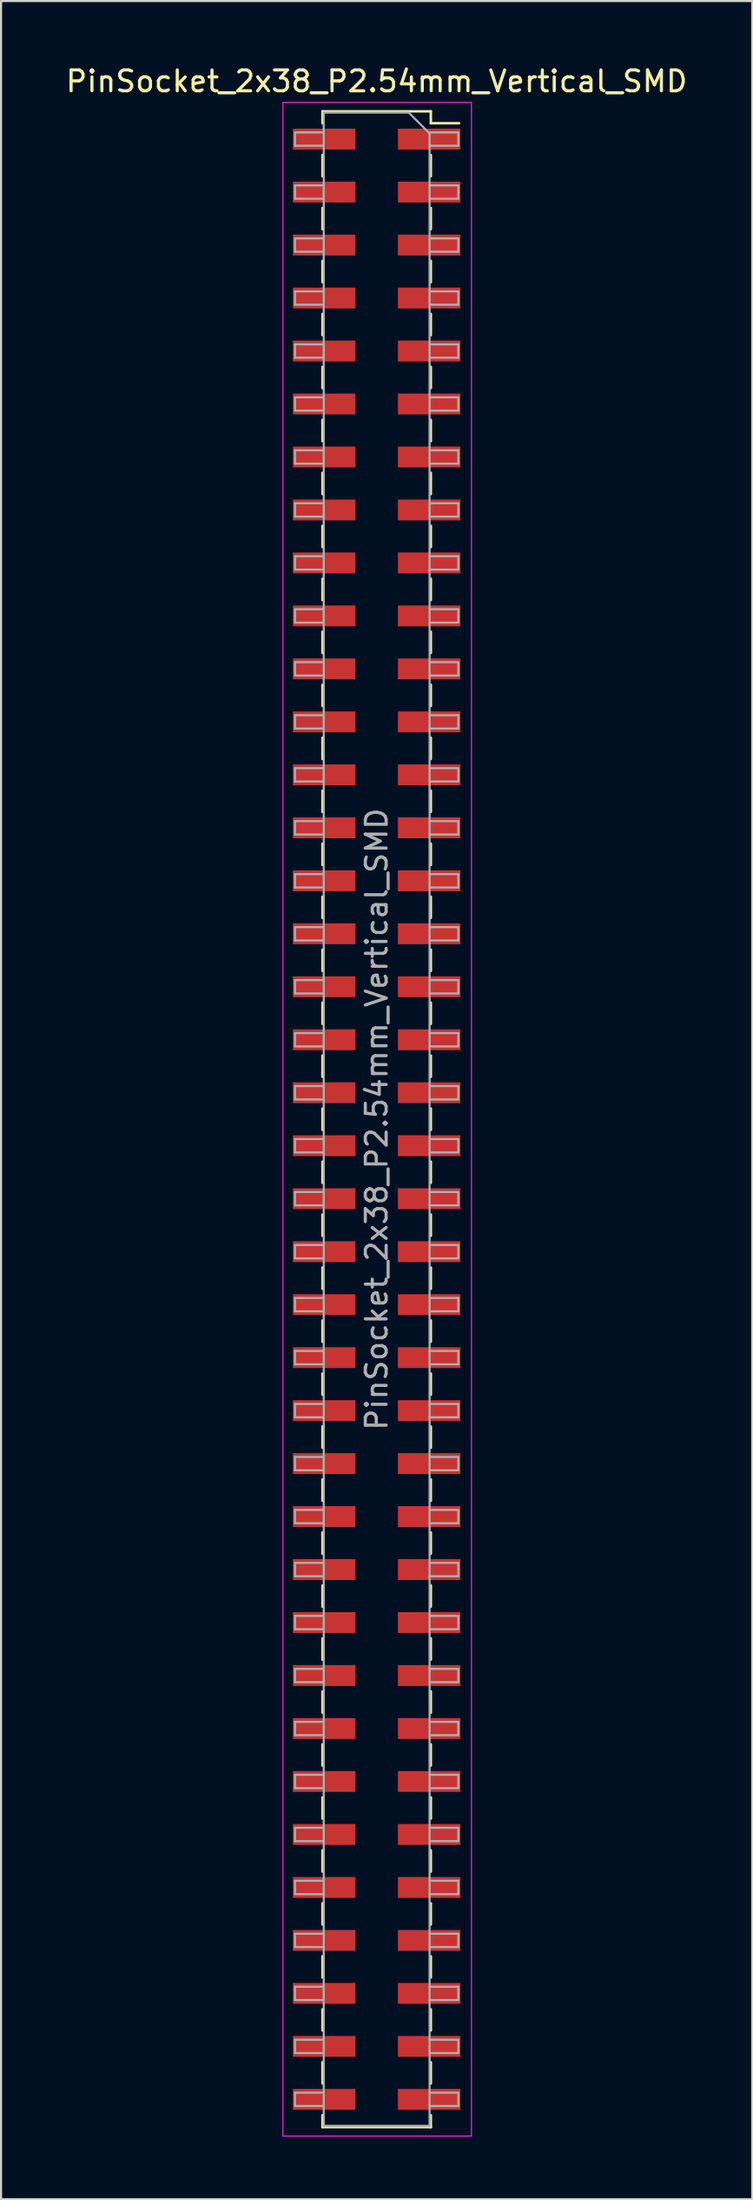
<source format=kicad_pcb>
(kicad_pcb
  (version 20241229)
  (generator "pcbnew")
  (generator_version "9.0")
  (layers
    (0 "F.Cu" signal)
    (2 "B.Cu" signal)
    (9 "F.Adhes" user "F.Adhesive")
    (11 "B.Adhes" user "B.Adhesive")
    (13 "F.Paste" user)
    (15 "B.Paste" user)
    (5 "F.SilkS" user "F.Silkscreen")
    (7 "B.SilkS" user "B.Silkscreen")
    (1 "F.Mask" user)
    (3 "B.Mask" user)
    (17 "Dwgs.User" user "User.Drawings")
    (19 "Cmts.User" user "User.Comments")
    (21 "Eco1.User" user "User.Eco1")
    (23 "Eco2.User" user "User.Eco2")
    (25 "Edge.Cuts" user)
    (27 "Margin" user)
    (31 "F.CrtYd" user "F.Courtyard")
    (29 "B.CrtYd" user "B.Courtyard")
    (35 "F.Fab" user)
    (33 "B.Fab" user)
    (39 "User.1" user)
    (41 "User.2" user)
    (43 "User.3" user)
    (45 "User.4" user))
  (footprint "PinSocket_2x38_P2.54mm_Vertical_SMD"
    (layer "F.Cu")
    (at 15.03 50.608)
    (property "Reference" "PinSocket_2x38_P2.54mm_Vertical_SMD" (at 0 -49.76 0) (layer "F.SilkS") (effects (font (size 1 1) (thickness 0.15))))
    (attr smd)
    (fp_line (start -2.6 -48.32) (end -2.6 -47.75) (stroke (width 0.12) (type solid)) (layer "F.SilkS"))
    (fp_line (start -2.6 -48.32) (end 2.6 -48.32) (stroke (width 0.12) (type solid)) (layer "F.SilkS"))
    (fp_line (start -2.6 -46.23) (end -2.6 -45.21) (stroke (width 0.12) (type solid)) (layer "F.SilkS"))
    (fp_line (start -2.6 -43.69) (end -2.6 -42.67) (stroke (width 0.12) (type solid)) (layer "F.SilkS"))
    (fp_line (start -2.6 -41.15) (end -2.6 -40.13) (stroke (width 0.12) (type solid)) (layer "F.SilkS"))
    (fp_line (start -2.6 -38.61) (end -2.6 -37.59) (stroke (width 0.12) (type solid)) (layer "F.SilkS"))
    (fp_line (start -2.6 -36.07) (end -2.6 -35.05) (stroke (width 0.12) (type solid)) (layer "F.SilkS"))
    (fp_line (start -2.6 -33.53) (end -2.6 -32.51) (stroke (width 0.12) (type solid)) (layer "F.SilkS"))
    (fp_line (start -2.6 -30.99) (end -2.6 -29.97) (stroke (width 0.12) (type solid)) (layer "F.SilkS"))
    (fp_line (start -2.6 -28.45) (end -2.6 -27.43) (stroke (width 0.12) (type solid)) (layer "F.SilkS"))
    (fp_line (start -2.6 -25.91) (end -2.6 -24.89) (stroke (width 0.12) (type solid)) (layer "F.SilkS"))
    (fp_line (start -2.6 -23.37) (end -2.6 -22.35) (stroke (width 0.12) (type solid)) (layer "F.SilkS"))
    (fp_line (start -2.6 -20.83) (end -2.6 -19.81) (stroke (width 0.12) (type solid)) (layer "F.SilkS"))
    (fp_line (start -2.6 -18.29) (end -2.6 -17.27) (stroke (width 0.12) (type solid)) (layer "F.SilkS"))
    (fp_line (start -2.6 -15.75) (end -2.6 -14.73) (stroke (width 0.12) (type solid)) (layer "F.SilkS"))
    (fp_line (start -2.6 -13.21) (end -2.6 -12.19) (stroke (width 0.12) (type solid)) (layer "F.SilkS"))
    (fp_line (start -2.6 -10.67) (end -2.6 -9.65) (stroke (width 0.12) (type solid)) (layer "F.SilkS"))
    (fp_line (start -2.6 -8.13) (end -2.6 -7.11) (stroke (width 0.12) (type solid)) (layer "F.SilkS"))
    (fp_line (start -2.6 -5.59) (end -2.6 -4.57) (stroke (width 0.12) (type solid)) (layer "F.SilkS"))
    (fp_line (start -2.6 -3.05) (end -2.6 -2.03) (stroke (width 0.12) (type solid)) (layer "F.SilkS"))
    (fp_line (start -2.6 -0.51) (end -2.6 0.51) (stroke (width 0.12) (type solid)) (layer "F.SilkS"))
    (fp_line (start -2.6 2.03) (end -2.6 3.05) (stroke (width 0.12) (type solid)) (layer "F.SilkS"))
    (fp_line (start -2.6 4.57) (end -2.6 5.59) (stroke (width 0.12) (type solid)) (layer "F.SilkS"))
    (fp_line (start -2.6 7.11) (end -2.6 8.13) (stroke (width 0.12) (type solid)) (layer "F.SilkS"))
    (fp_line (start -2.6 9.65) (end -2.6 10.67) (stroke (width 0.12) (type solid)) (layer "F.SilkS"))
    (fp_line (start -2.6 12.19) (end -2.6 13.21) (stroke (width 0.12) (type solid)) (layer "F.SilkS"))
    (fp_line (start -2.6 14.73) (end -2.6 15.75) (stroke (width 0.12) (type solid)) (layer "F.SilkS"))
    (fp_line (start -2.6 17.27) (end -2.6 18.29) (stroke (width 0.12) (type solid)) (layer "F.SilkS"))
    (fp_line (start -2.6 19.81) (end -2.6 20.83) (stroke (width 0.12) (type solid)) (layer "F.SilkS"))
    (fp_line (start -2.6 22.35) (end -2.6 23.37) (stroke (width 0.12) (type solid)) (layer "F.SilkS"))
    (fp_line (start -2.6 24.89) (end -2.6 25.91) (stroke (width 0.12) (type solid)) (layer "F.SilkS"))
    (fp_line (start -2.6 27.43) (end -2.6 28.45) (stroke (width 0.12) (type solid)) (layer "F.SilkS"))
    (fp_line (start -2.6 29.97) (end -2.6 30.99) (stroke (width 0.12) (type solid)) (layer "F.SilkS"))
    (fp_line (start -2.6 32.51) (end -2.6 33.53) (stroke (width 0.12) (type solid)) (layer "F.SilkS"))
    (fp_line (start -2.6 35.05) (end -2.6 36.07) (stroke (width 0.12) (type solid)) (layer "F.SilkS"))
    (fp_line (start -2.6 37.59) (end -2.6 38.61) (stroke (width 0.12) (type solid)) (layer "F.SilkS"))
    (fp_line (start -2.6 40.13) (end -2.6 41.15) (stroke (width 0.12) (type solid)) (layer "F.SilkS"))
    (fp_line (start -2.6 42.67) (end -2.6 43.69) (stroke (width 0.12) (type solid)) (layer "F.SilkS"))
    (fp_line (start -2.6 45.21) (end -2.6 46.23) (stroke (width 0.12) (type solid)) (layer "F.SilkS"))
    (fp_line (start -2.6 47.75) (end -2.6 48.32) (stroke (width 0.12) (type solid)) (layer "F.SilkS"))
    (fp_line (start -2.6 48.32) (end 2.6 48.32) (stroke (width 0.12) (type solid)) (layer "F.SilkS"))
    (fp_line (start 2.6 -48.32) (end 2.6 -47.75) (stroke (width 0.12) (type solid)) (layer "F.SilkS"))
    (fp_line (start 2.6 -47.75) (end 3.96 -47.75) (stroke (width 0.12) (type solid)) (layer "F.SilkS"))
    (fp_line (start 2.6 -46.23) (end 2.6 -45.21) (stroke (width 0.12) (type solid)) (layer "F.SilkS"))
    (fp_line (start 2.6 -43.69) (end 2.6 -42.67) (stroke (width 0.12) (type solid)) (layer "F.SilkS"))
    (fp_line (start 2.6 -41.15) (end 2.6 -40.13) (stroke (width 0.12) (type solid)) (layer "F.SilkS"))
    (fp_line (start 2.6 -38.61) (end 2.6 -37.59) (stroke (width 0.12) (type solid)) (layer "F.SilkS"))
    (fp_line (start 2.6 -36.07) (end 2.6 -35.05) (stroke (width 0.12) (type solid)) (layer "F.SilkS"))
    (fp_line (start 2.6 -33.53) (end 2.6 -32.51) (stroke (width 0.12) (type solid)) (layer "F.SilkS"))
    (fp_line (start 2.6 -30.99) (end 2.6 -29.97) (stroke (width 0.12) (type solid)) (layer "F.SilkS"))
    (fp_line (start 2.6 -28.45) (end 2.6 -27.43) (stroke (width 0.12) (type solid)) (layer "F.SilkS"))
    (fp_line (start 2.6 -25.91) (end 2.6 -24.89) (stroke (width 0.12) (type solid)) (layer "F.SilkS"))
    (fp_line (start 2.6 -23.37) (end 2.6 -22.35) (stroke (width 0.12) (type solid)) (layer "F.SilkS"))
    (fp_line (start 2.6 -20.83) (end 2.6 -19.81) (stroke (width 0.12) (type solid)) (layer "F.SilkS"))
    (fp_line (start 2.6 -18.29) (end 2.6 -17.27) (stroke (width 0.12) (type solid)) (layer "F.SilkS"))
    (fp_line (start 2.6 -15.75) (end 2.6 -14.73) (stroke (width 0.12) (type solid)) (layer "F.SilkS"))
    (fp_line (start 2.6 -13.21) (end 2.6 -12.19) (stroke (width 0.12) (type solid)) (layer "F.SilkS"))
    (fp_line (start 2.6 -10.67) (end 2.6 -9.65) (stroke (width 0.12) (type solid)) (layer "F.SilkS"))
    (fp_line (start 2.6 -8.13) (end 2.6 -7.11) (stroke (width 0.12) (type solid)) (layer "F.SilkS"))
    (fp_line (start 2.6 -5.59) (end 2.6 -4.57) (stroke (width 0.12) (type solid)) (layer "F.SilkS"))
    (fp_line (start 2.6 -3.05) (end 2.6 -2.03) (stroke (width 0.12) (type solid)) (layer "F.SilkS"))
    (fp_line (start 2.6 -0.51) (end 2.6 0.51) (stroke (width 0.12) (type solid)) (layer "F.SilkS"))
    (fp_line (start 2.6 2.03) (end 2.6 3.05) (stroke (width 0.12) (type solid)) (layer "F.SilkS"))
    (fp_line (start 2.6 4.57) (end 2.6 5.59) (stroke (width 0.12) (type solid)) (layer "F.SilkS"))
    (fp_line (start 2.6 7.11) (end 2.6 8.13) (stroke (width 0.12) (type solid)) (layer "F.SilkS"))
    (fp_line (start 2.6 9.65) (end 2.6 10.67) (stroke (width 0.12) (type solid)) (layer "F.SilkS"))
    (fp_line (start 2.6 12.19) (end 2.6 13.21) (stroke (width 0.12) (type solid)) (layer "F.SilkS"))
    (fp_line (start 2.6 14.73) (end 2.6 15.75) (stroke (width 0.12) (type solid)) (layer "F.SilkS"))
    (fp_line (start 2.6 17.27) (end 2.6 18.29) (stroke (width 0.12) (type solid)) (layer "F.SilkS"))
    (fp_line (start 2.6 19.81) (end 2.6 20.83) (stroke (width 0.12) (type solid)) (layer "F.SilkS"))
    (fp_line (start 2.6 22.35) (end 2.6 23.37) (stroke (width 0.12) (type solid)) (layer "F.SilkS"))
    (fp_line (start 2.6 24.89) (end 2.6 25.91) (stroke (width 0.12) (type solid)) (layer "F.SilkS"))
    (fp_line (start 2.6 27.43) (end 2.6 28.45) (stroke (width 0.12) (type solid)) (layer "F.SilkS"))
    (fp_line (start 2.6 29.97) (end 2.6 30.99) (stroke (width 0.12) (type solid)) (layer "F.SilkS"))
    (fp_line (start 2.6 32.51) (end 2.6 33.53) (stroke (width 0.12) (type solid)) (layer "F.SilkS"))
    (fp_line (start 2.6 35.05) (end 2.6 36.07) (stroke (width 0.12) (type solid)) (layer "F.SilkS"))
    (fp_line (start 2.6 37.59) (end 2.6 38.61) (stroke (width 0.12) (type solid)) (layer "F.SilkS"))
    (fp_line (start 2.6 40.13) (end 2.6 41.15) (stroke (width 0.12) (type solid)) (layer "F.SilkS"))
    (fp_line (start 2.6 42.67) (end 2.6 43.69) (stroke (width 0.12) (type solid)) (layer "F.SilkS"))
    (fp_line (start 2.6 45.21) (end 2.6 46.23) (stroke (width 0.12) (type solid)) (layer "F.SilkS"))
    (fp_line (start 2.6 47.75) (end 2.6 48.32) (stroke (width 0.12) (type solid)) (layer "F.SilkS"))
    (fp_line (start -4.5 -48.75) (end 4.55 -48.75) (stroke (width 0.05) (type solid)) (layer "F.CrtYd"))
    (fp_line (start -4.5 48.75) (end -4.5 -48.75) (stroke (width 0.05) (type solid)) (layer "F.CrtYd"))
    (fp_line (start 4.55 -48.75) (end 4.55 48.75) (stroke (width 0.05) (type solid)) (layer "F.CrtYd"))
    (fp_line (start 4.55 48.75) (end -4.5 48.75) (stroke (width 0.05) (type solid)) (layer "F.CrtYd"))
    (fp_line (start -3.92 -47.31) (end -2.54 -47.31) (stroke (width 0.1) (type solid)) (layer "F.Fab"))
    (fp_line (start -3.92 -46.67) (end -3.92 -47.31) (stroke (width 0.1) (type solid)) (layer "F.Fab"))
    (fp_line (start -3.92 -44.77) (end -2.54 -44.77) (stroke (width 0.1) (type solid)) (layer "F.Fab"))
    (fp_line (start -3.92 -44.13) (end -3.92 -44.77) (stroke (width 0.1) (type solid)) (layer "F.Fab"))
    (fp_line (start -3.92 -42.23) (end -2.54 -42.23) (stroke (width 0.1) (type solid)) (layer "F.Fab"))
    (fp_line (start -3.92 -41.59) (end -3.92 -42.23) (stroke (width 0.1) (type solid)) (layer "F.Fab"))
    (fp_line (start -3.92 -39.69) (end -2.54 -39.69) (stroke (width 0.1) (type solid)) (layer "F.Fab"))
    (fp_line (start -3.92 -39.05) (end -3.92 -39.69) (stroke (width 0.1) (type solid)) (layer "F.Fab"))
    (fp_line (start -3.92 -37.15) (end -2.54 -37.15) (stroke (width 0.1) (type solid)) (layer "F.Fab"))
    (fp_line (start -3.92 -36.51) (end -3.92 -37.15) (stroke (width 0.1) (type solid)) (layer "F.Fab"))
    (fp_line (start -3.92 -34.61) (end -2.54 -34.61) (stroke (width 0.1) (type solid)) (layer "F.Fab"))
    (fp_line (start -3.92 -33.97) (end -3.92 -34.61) (stroke (width 0.1) (type solid)) (layer "F.Fab"))
    (fp_line (start -3.92 -32.07) (end -2.54 -32.07) (stroke (width 0.1) (type solid)) (layer "F.Fab"))
    (fp_line (start -3.92 -31.43) (end -3.92 -32.07) (stroke (width 0.1) (type solid)) (layer "F.Fab"))
    (fp_line (start -3.92 -29.53) (end -2.54 -29.53) (stroke (width 0.1) (type solid)) (layer "F.Fab"))
    (fp_line (start -3.92 -28.89) (end -3.92 -29.53) (stroke (width 0.1) (type solid)) (layer "F.Fab"))
    (fp_line (start -3.92 -26.99) (end -2.54 -26.99) (stroke (width 0.1) (type solid)) (layer "F.Fab"))
    (fp_line (start -3.92 -26.35) (end -3.92 -26.99) (stroke (width 0.1) (type solid)) (layer "F.Fab"))
    (fp_line (start -3.92 -24.45) (end -2.54 -24.45) (stroke (width 0.1) (type solid)) (layer "F.Fab"))
    (fp_line (start -3.92 -23.81) (end -3.92 -24.45) (stroke (width 0.1) (type solid)) (layer "F.Fab"))
    (fp_line (start -3.92 -21.91) (end -2.54 -21.91) (stroke (width 0.1) (type solid)) (layer "F.Fab"))
    (fp_line (start -3.92 -21.27) (end -3.92 -21.91) (stroke (width 0.1) (type solid)) (layer "F.Fab"))
    (fp_line (start -3.92 -19.37) (end -2.54 -19.37) (stroke (width 0.1) (type solid)) (layer "F.Fab"))
    (fp_line (start -3.92 -18.73) (end -3.92 -19.37) (stroke (width 0.1) (type solid)) (layer "F.Fab"))
    (fp_line (start -3.92 -16.83) (end -2.54 -16.83) (stroke (width 0.1) (type solid)) (layer "F.Fab"))
    (fp_line (start -3.92 -16.19) (end -3.92 -16.83) (stroke (width 0.1) (type solid)) (layer "F.Fab"))
    (fp_line (start -3.92 -14.29) (end -2.54 -14.29) (stroke (width 0.1) (type solid)) (layer "F.Fab"))
    (fp_line (start -3.92 -13.65) (end -3.92 -14.29) (stroke (width 0.1) (type solid)) (layer "F.Fab"))
    (fp_line (start -3.92 -11.75) (end -2.54 -11.75) (stroke (width 0.1) (type solid)) (layer "F.Fab"))
    (fp_line (start -3.92 -11.11) (end -3.92 -11.75) (stroke (width 0.1) (type solid)) (layer "F.Fab"))
    (fp_line (start -3.92 -9.21) (end -2.54 -9.21) (stroke (width 0.1) (type solid)) (layer "F.Fab"))
    (fp_line (start -3.92 -8.57) (end -3.92 -9.21) (stroke (width 0.1) (type solid)) (layer "F.Fab"))
    (fp_line (start -3.92 -6.67) (end -2.54 -6.67) (stroke (width 0.1) (type solid)) (layer "F.Fab"))
    (fp_line (start -3.92 -6.03) (end -3.92 -6.67) (stroke (width 0.1) (type solid)) (layer "F.Fab"))
    (fp_line (start -3.92 -4.13) (end -2.54 -4.13) (stroke (width 0.1) (type solid)) (layer "F.Fab"))
    (fp_line (start -3.92 -3.49) (end -3.92 -4.13) (stroke (width 0.1) (type solid)) (layer "F.Fab"))
    (fp_line (start -3.92 -1.59) (end -2.54 -1.59) (stroke (width 0.1) (type solid)) (layer "F.Fab"))
    (fp_line (start -3.92 -0.95) (end -3.92 -1.59) (stroke (width 0.1) (type solid)) (layer "F.Fab"))
    (fp_line (start -3.92 0.95) (end -2.54 0.95) (stroke (width 0.1) (type solid)) (layer "F.Fab"))
    (fp_line (start -3.92 1.59) (end -3.92 0.95) (stroke (width 0.1) (type solid)) (layer "F.Fab"))
    (fp_line (start -3.92 3.49) (end -2.54 3.49) (stroke (width 0.1) (type solid)) (layer "F.Fab"))
    (fp_line (start -3.92 4.13) (end -3.92 3.49) (stroke (width 0.1) (type solid)) (layer "F.Fab"))
    (fp_line (start -3.92 6.03) (end -2.54 6.03) (stroke (width 0.1) (type solid)) (layer "F.Fab"))
    (fp_line (start -3.92 6.67) (end -3.92 6.03) (stroke (width 0.1) (type solid)) (layer "F.Fab"))
    (fp_line (start -3.92 8.57) (end -2.54 8.57) (stroke (width 0.1) (type solid)) (layer "F.Fab"))
    (fp_line (start -3.92 9.21) (end -3.92 8.57) (stroke (width 0.1) (type solid)) (layer "F.Fab"))
    (fp_line (start -3.92 11.11) (end -2.54 11.11) (stroke (width 0.1) (type solid)) (layer "F.Fab"))
    (fp_line (start -3.92 11.75) (end -3.92 11.11) (stroke (width 0.1) (type solid)) (layer "F.Fab"))
    (fp_line (start -3.92 13.65) (end -2.54 13.65) (stroke (width 0.1) (type solid)) (layer "F.Fab"))
    (fp_line (start -3.92 14.29) (end -3.92 13.65) (stroke (width 0.1) (type solid)) (layer "F.Fab"))
    (fp_line (start -3.92 16.19) (end -2.54 16.19) (stroke (width 0.1) (type solid)) (layer "F.Fab"))
    (fp_line (start -3.92 16.83) (end -3.92 16.19) (stroke (width 0.1) (type solid)) (layer "F.Fab"))
    (fp_line (start -3.92 18.73) (end -2.54 18.73) (stroke (width 0.1) (type solid)) (layer "F.Fab"))
    (fp_line (start -3.92 19.37) (end -3.92 18.73) (stroke (width 0.1) (type solid)) (layer "F.Fab"))
    (fp_line (start -3.92 21.27) (end -2.54 21.27) (stroke (width 0.1) (type solid)) (layer "F.Fab"))
    (fp_line (start -3.92 21.91) (end -3.92 21.27) (stroke (width 0.1) (type solid)) (layer "F.Fab"))
    (fp_line (start -3.92 23.81) (end -2.54 23.81) (stroke (width 0.1) (type solid)) (layer "F.Fab"))
    (fp_line (start -3.92 24.45) (end -3.92 23.81) (stroke (width 0.1) (type solid)) (layer "F.Fab"))
    (fp_line (start -3.92 26.35) (end -2.54 26.35) (stroke (width 0.1) (type solid)) (layer "F.Fab"))
    (fp_line (start -3.92 26.99) (end -3.92 26.35) (stroke (width 0.1) (type solid)) (layer "F.Fab"))
    (fp_line (start -3.92 28.89) (end -2.54 28.89) (stroke (width 0.1) (type solid)) (layer "F.Fab"))
    (fp_line (start -3.92 29.53) (end -3.92 28.89) (stroke (width 0.1) (type solid)) (layer "F.Fab"))
    (fp_line (start -3.92 31.43) (end -2.54 31.43) (stroke (width 0.1) (type solid)) (layer "F.Fab"))
    (fp_line (start -3.92 32.07) (end -3.92 31.43) (stroke (width 0.1) (type solid)) (layer "F.Fab"))
    (fp_line (start -3.92 33.97) (end -2.54 33.97) (stroke (width 0.1) (type solid)) (layer "F.Fab"))
    (fp_line (start -3.92 34.61) (end -3.92 33.97) (stroke (width 0.1) (type solid)) (layer "F.Fab"))
    (fp_line (start -3.92 36.51) (end -2.54 36.51) (stroke (width 0.1) (type solid)) (layer "F.Fab"))
    (fp_line (start -3.92 37.15) (end -3.92 36.51) (stroke (width 0.1) (type solid)) (layer "F.Fab"))
    (fp_line (start -3.92 39.05) (end -2.54 39.05) (stroke (width 0.1) (type solid)) (layer "F.Fab"))
    (fp_line (start -3.92 39.69) (end -3.92 39.05) (stroke (width 0.1) (type solid)) (layer "F.Fab"))
    (fp_line (start -3.92 41.59) (end -2.54 41.59) (stroke (width 0.1) (type solid)) (layer "F.Fab"))
    (fp_line (start -3.92 42.23) (end -3.92 41.59) (stroke (width 0.1) (type solid)) (layer "F.Fab"))
    (fp_line (start -3.92 44.13) (end -2.54 44.13) (stroke (width 0.1) (type solid)) (layer "F.Fab"))
    (fp_line (start -3.92 44.77) (end -3.92 44.13) (stroke (width 0.1) (type solid)) (layer "F.Fab"))
    (fp_line (start -3.92 46.67) (end -2.54 46.67) (stroke (width 0.1) (type solid)) (layer "F.Fab"))
    (fp_line (start -3.92 47.31) (end -3.92 46.67) (stroke (width 0.1) (type solid)) (layer "F.Fab"))
    (fp_line (start -2.54 -48.26) (end 1.54 -48.26) (stroke (width 0.1) (type solid)) (layer "F.Fab"))
    (fp_line (start -2.54 -46.67) (end -3.92 -46.67) (stroke (width 0.1) (type solid)) (layer "F.Fab"))
    (fp_line (start -2.54 -44.13) (end -3.92 -44.13) (stroke (width 0.1) (type solid)) (layer "F.Fab"))
    (fp_line (start -2.54 -41.59) (end -3.92 -41.59) (stroke (width 0.1) (type solid)) (layer "F.Fab"))
    (fp_line (start -2.54 -39.05) (end -3.92 -39.05) (stroke (width 0.1) (type solid)) (layer "F.Fab"))
    (fp_line (start -2.54 -36.51) (end -3.92 -36.51) (stroke (width 0.1) (type solid)) (layer "F.Fab"))
    (fp_line (start -2.54 -33.97) (end -3.92 -33.97) (stroke (width 0.1) (type solid)) (layer "F.Fab"))
    (fp_line (start -2.54 -31.43) (end -3.92 -31.43) (stroke (width 0.1) (type solid)) (layer "F.Fab"))
    (fp_line (start -2.54 -28.89) (end -3.92 -28.89) (stroke (width 0.1) (type solid)) (layer "F.Fab"))
    (fp_line (start -2.54 -26.35) (end -3.92 -26.35) (stroke (width 0.1) (type solid)) (layer "F.Fab"))
    (fp_line (start -2.54 -23.81) (end -3.92 -23.81) (stroke (width 0.1) (type solid)) (layer "F.Fab"))
    (fp_line (start -2.54 -21.27) (end -3.92 -21.27) (stroke (width 0.1) (type solid)) (layer "F.Fab"))
    (fp_line (start -2.54 -18.73) (end -3.92 -18.73) (stroke (width 0.1) (type solid)) (layer "F.Fab"))
    (fp_line (start -2.54 -16.19) (end -3.92 -16.19) (stroke (width 0.1) (type solid)) (layer "F.Fab"))
    (fp_line (start -2.54 -13.65) (end -3.92 -13.65) (stroke (width 0.1) (type solid)) (layer "F.Fab"))
    (fp_line (start -2.54 -11.11) (end -3.92 -11.11) (stroke (width 0.1) (type solid)) (layer "F.Fab"))
    (fp_line (start -2.54 -8.57) (end -3.92 -8.57) (stroke (width 0.1) (type solid)) (layer "F.Fab"))
    (fp_line (start -2.54 -6.03) (end -3.92 -6.03) (stroke (width 0.1) (type solid)) (layer "F.Fab"))
    (fp_line (start -2.54 -3.49) (end -3.92 -3.49) (stroke (width 0.1) (type solid)) (layer "F.Fab"))
    (fp_line (start -2.54 -0.95) (end -3.92 -0.95) (stroke (width 0.1) (type solid)) (layer "F.Fab"))
    (fp_line (start -2.54 1.59) (end -3.92 1.59) (stroke (width 0.1) (type solid)) (layer "F.Fab"))
    (fp_line (start -2.54 4.13) (end -3.92 4.13) (stroke (width 0.1) (type solid)) (layer "F.Fab"))
    (fp_line (start -2.54 6.67) (end -3.92 6.67) (stroke (width 0.1) (type solid)) (layer "F.Fab"))
    (fp_line (start -2.54 9.21) (end -3.92 9.21) (stroke (width 0.1) (type solid)) (layer "F.Fab"))
    (fp_line (start -2.54 11.75) (end -3.92 11.75) (stroke (width 0.1) (type solid)) (layer "F.Fab"))
    (fp_line (start -2.54 14.29) (end -3.92 14.29) (stroke (width 0.1) (type solid)) (layer "F.Fab"))
    (fp_line (start -2.54 16.83) (end -3.92 16.83) (stroke (width 0.1) (type solid)) (layer "F.Fab"))
    (fp_line (start -2.54 19.37) (end -3.92 19.37) (stroke (width 0.1) (type solid)) (layer "F.Fab"))
    (fp_line (start -2.54 21.91) (end -3.92 21.91) (stroke (width 0.1) (type solid)) (layer "F.Fab"))
    (fp_line (start -2.54 24.45) (end -3.92 24.45) (stroke (width 0.1) (type solid)) (layer "F.Fab"))
    (fp_line (start -2.54 26.99) (end -3.92 26.99) (stroke (width 0.1) (type solid)) (layer "F.Fab"))
    (fp_line (start -2.54 29.53) (end -3.92 29.53) (stroke (width 0.1) (type solid)) (layer "F.Fab"))
    (fp_line (start -2.54 32.07) (end -3.92 32.07) (stroke (width 0.1) (type solid)) (layer "F.Fab"))
    (fp_line (start -2.54 34.61) (end -3.92 34.61) (stroke (width 0.1) (type solid)) (layer "F.Fab"))
    (fp_line (start -2.54 37.15) (end -3.92 37.15) (stroke (width 0.1) (type solid)) (layer "F.Fab"))
    (fp_line (start -2.54 39.69) (end -3.92 39.69) (stroke (width 0.1) (type solid)) (layer "F.Fab"))
    (fp_line (start -2.54 42.23) (end -3.92 42.23) (stroke (width 0.1) (type solid)) (layer "F.Fab"))
    (fp_line (start -2.54 44.77) (end -3.92 44.77) (stroke (width 0.1) (type solid)) (layer "F.Fab"))
    (fp_line (start -2.54 47.31) (end -3.92 47.31) (stroke (width 0.1) (type solid)) (layer "F.Fab"))
    (fp_line (start -2.54 48.26) (end -2.54 -48.26) (stroke (width 0.1) (type solid)) (layer "F.Fab"))
    (fp_line (start 1.54 -48.26) (end 2.54 -47.26) (stroke (width 0.1) (type solid)) (layer "F.Fab"))
    (fp_line (start 2.54 -47.31) (end 3.92 -47.31) (stroke (width 0.1) (type solid)) (layer "F.Fab"))
    (fp_line (start 2.54 -47.26) (end 2.54 48.26) (stroke (width 0.1) (type solid)) (layer "F.Fab"))
    (fp_line (start 2.54 -44.77) (end 3.92 -44.77) (stroke (width 0.1) (type solid)) (layer "F.Fab"))
    (fp_line (start 2.54 -42.23) (end 3.92 -42.23) (stroke (width 0.1) (type solid)) (layer "F.Fab"))
    (fp_line (start 2.54 -39.69) (end 3.92 -39.69) (stroke (width 0.1) (type solid)) (layer "F.Fab"))
    (fp_line (start 2.54 -37.15) (end 3.92 -37.15) (stroke (width 0.1) (type solid)) (layer "F.Fab"))
    (fp_line (start 2.54 -34.61) (end 3.92 -34.61) (stroke (width 0.1) (type solid)) (layer "F.Fab"))
    (fp_line (start 2.54 -32.07) (end 3.92 -32.07) (stroke (width 0.1) (type solid)) (layer "F.Fab"))
    (fp_line (start 2.54 -29.53) (end 3.92 -29.53) (stroke (width 0.1) (type solid)) (layer "F.Fab"))
    (fp_line (start 2.54 -26.99) (end 3.92 -26.99) (stroke (width 0.1) (type solid)) (layer "F.Fab"))
    (fp_line (start 2.54 -24.45) (end 3.92 -24.45) (stroke (width 0.1) (type solid)) (layer "F.Fab"))
    (fp_line (start 2.54 -21.91) (end 3.92 -21.91) (stroke (width 0.1) (type solid)) (layer "F.Fab"))
    (fp_line (start 2.54 -19.37) (end 3.92 -19.37) (stroke (width 0.1) (type solid)) (layer "F.Fab"))
    (fp_line (start 2.54 -16.83) (end 3.92 -16.83) (stroke (width 0.1) (type solid)) (layer "F.Fab"))
    (fp_line (start 2.54 -14.29) (end 3.92 -14.29) (stroke (width 0.1) (type solid)) (layer "F.Fab"))
    (fp_line (start 2.54 -11.75) (end 3.92 -11.75) (stroke (width 0.1) (type solid)) (layer "F.Fab"))
    (fp_line (start 2.54 -9.21) (end 3.92 -9.21) (stroke (width 0.1) (type solid)) (layer "F.Fab"))
    (fp_line (start 2.54 -6.67) (end 3.92 -6.67) (stroke (width 0.1) (type solid)) (layer "F.Fab"))
    (fp_line (start 2.54 -4.13) (end 3.92 -4.13) (stroke (width 0.1) (type solid)) (layer "F.Fab"))
    (fp_line (start 2.54 -1.59) (end 3.92 -1.59) (stroke (width 0.1) (type solid)) (layer "F.Fab"))
    (fp_line (start 2.54 0.95) (end 3.92 0.95) (stroke (width 0.1) (type solid)) (layer "F.Fab"))
    (fp_line (start 2.54 3.49) (end 3.92 3.49) (stroke (width 0.1) (type solid)) (layer "F.Fab"))
    (fp_line (start 2.54 6.03) (end 3.92 6.03) (stroke (width 0.1) (type solid)) (layer "F.Fab"))
    (fp_line (start 2.54 8.57) (end 3.92 8.57) (stroke (width 0.1) (type solid)) (layer "F.Fab"))
    (fp_line (start 2.54 11.11) (end 3.92 11.11) (stroke (width 0.1) (type solid)) (layer "F.Fab"))
    (fp_line (start 2.54 13.65) (end 3.92 13.65) (stroke (width 0.1) (type solid)) (layer "F.Fab"))
    (fp_line (start 2.54 16.19) (end 3.92 16.19) (stroke (width 0.1) (type solid)) (layer "F.Fab"))
    (fp_line (start 2.54 18.73) (end 3.92 18.73) (stroke (width 0.1) (type solid)) (layer "F.Fab"))
    (fp_line (start 2.54 21.27) (end 3.92 21.27) (stroke (width 0.1) (type solid)) (layer "F.Fab"))
    (fp_line (start 2.54 23.81) (end 3.92 23.81) (stroke (width 0.1) (type solid)) (layer "F.Fab"))
    (fp_line (start 2.54 26.35) (end 3.92 26.35) (stroke (width 0.1) (type solid)) (layer "F.Fab"))
    (fp_line (start 2.54 28.89) (end 3.92 28.89) (stroke (width 0.1) (type solid)) (layer "F.Fab"))
    (fp_line (start 2.54 31.43) (end 3.92 31.43) (stroke (width 0.1) (type solid)) (layer "F.Fab"))
    (fp_line (start 2.54 33.97) (end 3.92 33.97) (stroke (width 0.1) (type solid)) (layer "F.Fab"))
    (fp_line (start 2.54 36.51) (end 3.92 36.51) (stroke (width 0.1) (type solid)) (layer "F.Fab"))
    (fp_line (start 2.54 39.05) (end 3.92 39.05) (stroke (width 0.1) (type solid)) (layer "F.Fab"))
    (fp_line (start 2.54 41.59) (end 3.92 41.59) (stroke (width 0.1) (type solid)) (layer "F.Fab"))
    (fp_line (start 2.54 44.13) (end 3.92 44.13) (stroke (width 0.1) (type solid)) (layer "F.Fab"))
    (fp_line (start 2.54 46.67) (end 3.92 46.67) (stroke (width 0.1) (type solid)) (layer "F.Fab"))
    (fp_line (start 2.54 48.26) (end -2.54 48.26) (stroke (width 0.1) (type solid)) (layer "F.Fab"))
    (fp_line (start 3.92 -47.31) (end 3.92 -46.67) (stroke (width 0.1) (type solid)) (layer "F.Fab"))
    (fp_line (start 3.92 -46.67) (end 2.54 -46.67) (stroke (width 0.1) (type solid)) (layer "F.Fab"))
    (fp_line (start 3.92 -44.77) (end 3.92 -44.13) (stroke (width 0.1) (type solid)) (layer "F.Fab"))
    (fp_line (start 3.92 -44.13) (end 2.54 -44.13) (stroke (width 0.1) (type solid)) (layer "F.Fab"))
    (fp_line (start 3.92 -42.23) (end 3.92 -41.59) (stroke (width 0.1) (type solid)) (layer "F.Fab"))
    (fp_line (start 3.92 -41.59) (end 2.54 -41.59) (stroke (width 0.1) (type solid)) (layer "F.Fab"))
    (fp_line (start 3.92 -39.69) (end 3.92 -39.05) (stroke (width 0.1) (type solid)) (layer "F.Fab"))
    (fp_line (start 3.92 -39.05) (end 2.54 -39.05) (stroke (width 0.1) (type solid)) (layer "F.Fab"))
    (fp_line (start 3.92 -37.15) (end 3.92 -36.51) (stroke (width 0.1) (type solid)) (layer "F.Fab"))
    (fp_line (start 3.92 -36.51) (end 2.54 -36.51) (stroke (width 0.1) (type solid)) (layer "F.Fab"))
    (fp_line (start 3.92 -34.61) (end 3.92 -33.97) (stroke (width 0.1) (type solid)) (layer "F.Fab"))
    (fp_line (start 3.92 -33.97) (end 2.54 -33.97) (stroke (width 0.1) (type solid)) (layer "F.Fab"))
    (fp_line (start 3.92 -32.07) (end 3.92 -31.43) (stroke (width 0.1) (type solid)) (layer "F.Fab"))
    (fp_line (start 3.92 -31.43) (end 2.54 -31.43) (stroke (width 0.1) (type solid)) (layer "F.Fab"))
    (fp_line (start 3.92 -29.53) (end 3.92 -28.89) (stroke (width 0.1) (type solid)) (layer "F.Fab"))
    (fp_line (start 3.92 -28.89) (end 2.54 -28.89) (stroke (width 0.1) (type solid)) (layer "F.Fab"))
    (fp_line (start 3.92 -26.99) (end 3.92 -26.35) (stroke (width 0.1) (type solid)) (layer "F.Fab"))
    (fp_line (start 3.92 -26.35) (end 2.54 -26.35) (stroke (width 0.1) (type solid)) (layer "F.Fab"))
    (fp_line (start 3.92 -24.45) (end 3.92 -23.81) (stroke (width 0.1) (type solid)) (layer "F.Fab"))
    (fp_line (start 3.92 -23.81) (end 2.54 -23.81) (stroke (width 0.1) (type solid)) (layer "F.Fab"))
    (fp_line (start 3.92 -21.91) (end 3.92 -21.27) (stroke (width 0.1) (type solid)) (layer "F.Fab"))
    (fp_line (start 3.92 -21.27) (end 2.54 -21.27) (stroke (width 0.1) (type solid)) (layer "F.Fab"))
    (fp_line (start 3.92 -19.37) (end 3.92 -18.73) (stroke (width 0.1) (type solid)) (layer "F.Fab"))
    (fp_line (start 3.92 -18.73) (end 2.54 -18.73) (stroke (width 0.1) (type solid)) (layer "F.Fab"))
    (fp_line (start 3.92 -16.83) (end 3.92 -16.19) (stroke (width 0.1) (type solid)) (layer "F.Fab"))
    (fp_line (start 3.92 -16.19) (end 2.54 -16.19) (stroke (width 0.1) (type solid)) (layer "F.Fab"))
    (fp_line (start 3.92 -14.29) (end 3.92 -13.65) (stroke (width 0.1) (type solid)) (layer "F.Fab"))
    (fp_line (start 3.92 -13.65) (end 2.54 -13.65) (stroke (width 0.1) (type solid)) (layer "F.Fab"))
    (fp_line (start 3.92 -11.75) (end 3.92 -11.11) (stroke (width 0.1) (type solid)) (layer "F.Fab"))
    (fp_line (start 3.92 -11.11) (end 2.54 -11.11) (stroke (width 0.1) (type solid)) (layer "F.Fab"))
    (fp_line (start 3.92 -9.21) (end 3.92 -8.57) (stroke (width 0.1) (type solid)) (layer "F.Fab"))
    (fp_line (start 3.92 -8.57) (end 2.54 -8.57) (stroke (width 0.1) (type solid)) (layer "F.Fab"))
    (fp_line (start 3.92 -6.67) (end 3.92 -6.03) (stroke (width 0.1) (type solid)) (layer "F.Fab"))
    (fp_line (start 3.92 -6.03) (end 2.54 -6.03) (stroke (width 0.1) (type solid)) (layer "F.Fab"))
    (fp_line (start 3.92 -4.13) (end 3.92 -3.49) (stroke (width 0.1) (type solid)) (layer "F.Fab"))
    (fp_line (start 3.92 -3.49) (end 2.54 -3.49) (stroke (width 0.1) (type solid)) (layer "F.Fab"))
    (fp_line (start 3.92 -1.59) (end 3.92 -0.95) (stroke (width 0.1) (type solid)) (layer "F.Fab"))
    (fp_line (start 3.92 -0.95) (end 2.54 -0.95) (stroke (width 0.1) (type solid)) (layer "F.Fab"))
    (fp_line (start 3.92 0.95) (end 3.92 1.59) (stroke (width 0.1) (type solid)) (layer "F.Fab"))
    (fp_line (start 3.92 1.59) (end 2.54 1.59) (stroke (width 0.1) (type solid)) (layer "F.Fab"))
    (fp_line (start 3.92 3.49) (end 3.92 4.13) (stroke (width 0.1) (type solid)) (layer "F.Fab"))
    (fp_line (start 3.92 4.13) (end 2.54 4.13) (stroke (width 0.1) (type solid)) (layer "F.Fab"))
    (fp_line (start 3.92 6.03) (end 3.92 6.67) (stroke (width 0.1) (type solid)) (layer "F.Fab"))
    (fp_line (start 3.92 6.67) (end 2.54 6.67) (stroke (width 0.1) (type solid)) (layer "F.Fab"))
    (fp_line (start 3.92 8.57) (end 3.92 9.21) (stroke (width 0.1) (type solid)) (layer "F.Fab"))
    (fp_line (start 3.92 9.21) (end 2.54 9.21) (stroke (width 0.1) (type solid)) (layer "F.Fab"))
    (fp_line (start 3.92 11.11) (end 3.92 11.75) (stroke (width 0.1) (type solid)) (layer "F.Fab"))
    (fp_line (start 3.92 11.75) (end 2.54 11.75) (stroke (width 0.1) (type solid)) (layer "F.Fab"))
    (fp_line (start 3.92 13.65) (end 3.92 14.29) (stroke (width 0.1) (type solid)) (layer "F.Fab"))
    (fp_line (start 3.92 14.29) (end 2.54 14.29) (stroke (width 0.1) (type solid)) (layer "F.Fab"))
    (fp_line (start 3.92 16.19) (end 3.92 16.83) (stroke (width 0.1) (type solid)) (layer "F.Fab"))
    (fp_line (start 3.92 16.83) (end 2.54 16.83) (stroke (width 0.1) (type solid)) (layer "F.Fab"))
    (fp_line (start 3.92 18.73) (end 3.92 19.37) (stroke (width 0.1) (type solid)) (layer "F.Fab"))
    (fp_line (start 3.92 19.37) (end 2.54 19.37) (stroke (width 0.1) (type solid)) (layer "F.Fab"))
    (fp_line (start 3.92 21.27) (end 3.92 21.91) (stroke (width 0.1) (type solid)) (layer "F.Fab"))
    (fp_line (start 3.92 21.91) (end 2.54 21.91) (stroke (width 0.1) (type solid)) (layer "F.Fab"))
    (fp_line (start 3.92 23.81) (end 3.92 24.45) (stroke (width 0.1) (type solid)) (layer "F.Fab"))
    (fp_line (start 3.92 24.45) (end 2.54 24.45) (stroke (width 0.1) (type solid)) (layer "F.Fab"))
    (fp_line (start 3.92 26.35) (end 3.92 26.99) (stroke (width 0.1) (type solid)) (layer "F.Fab"))
    (fp_line (start 3.92 26.99) (end 2.54 26.99) (stroke (width 0.1) (type solid)) (layer "F.Fab"))
    (fp_line (start 3.92 28.89) (end 3.92 29.53) (stroke (width 0.1) (type solid)) (layer "F.Fab"))
    (fp_line (start 3.92 29.53) (end 2.54 29.53) (stroke (width 0.1) (type solid)) (layer "F.Fab"))
    (fp_line (start 3.92 31.43) (end 3.92 32.07) (stroke (width 0.1) (type solid)) (layer "F.Fab"))
    (fp_line (start 3.92 32.07) (end 2.54 32.07) (stroke (width 0.1) (type solid)) (layer "F.Fab"))
    (fp_line (start 3.92 33.97) (end 3.92 34.61) (stroke (width 0.1) (type solid)) (layer "F.Fab"))
    (fp_line (start 3.92 34.61) (end 2.54 34.61) (stroke (width 0.1) (type solid)) (layer "F.Fab"))
    (fp_line (start 3.92 36.51) (end 3.92 37.15) (stroke (width 0.1) (type solid)) (layer "F.Fab"))
    (fp_line (start 3.92 37.15) (end 2.54 37.15) (stroke (width 0.1) (type solid)) (layer "F.Fab"))
    (fp_line (start 3.92 39.05) (end 3.92 39.69) (stroke (width 0.1) (type solid)) (layer "F.Fab"))
    (fp_line (start 3.92 39.69) (end 2.54 39.69) (stroke (width 0.1) (type solid)) (layer "F.Fab"))
    (fp_line (start 3.92 41.59) (end 3.92 42.23) (stroke (width 0.1) (type solid)) (layer "F.Fab"))
    (fp_line (start 3.92 42.23) (end 2.54 42.23) (stroke (width 0.1) (type solid)) (layer "F.Fab"))
    (fp_line (start 3.92 44.13) (end 3.92 44.77) (stroke (width 0.1) (type solid)) (layer "F.Fab"))
    (fp_line (start 3.92 44.77) (end 2.54 44.77) (stroke (width 0.1) (type solid)) (layer "F.Fab"))
    (fp_line (start 3.92 46.67) (end 3.92 47.31) (stroke (width 0.1) (type solid)) (layer "F.Fab"))
    (fp_line (start 3.92 47.31) (end 2.54 47.31) (stroke (width 0.1) (type solid)) (layer "F.Fab"))
    (fp_text user "${REFERENCE}" (at 0 0 90) (layer "F.Fab") (effects (font (size 1 1) (thickness 0.15))))
    (pad "1" smd rect (at 2.52 -46.99) (size 3 1) (layers "F.Cu" "F.Mask" "F.Paste"))
    (pad "2" smd rect (at -2.52 -46.99) (size 3 1) (layers "F.Cu" "F.Mask" "F.Paste"))
    (pad "3" smd rect (at 2.52 -44.45) (size 3 1) (layers "F.Cu" "F.Mask" "F.Paste"))
    (pad "4" smd rect (at -2.52 -44.45) (size 3 1) (layers "F.Cu" "F.Mask" "F.Paste"))
    (pad "5" smd rect (at 2.52 -41.91) (size 3 1) (layers "F.Cu" "F.Mask" "F.Paste"))
    (pad "6" smd rect (at -2.52 -41.91) (size 3 1) (layers "F.Cu" "F.Mask" "F.Paste"))
    (pad "7" smd rect (at 2.52 -39.37) (size 3 1) (layers "F.Cu" "F.Mask" "F.Paste"))
    (pad "8" smd rect (at -2.52 -39.37) (size 3 1) (layers "F.Cu" "F.Mask" "F.Paste"))
    (pad "9" smd rect (at 2.52 -36.83) (size 3 1) (layers "F.Cu" "F.Mask" "F.Paste"))
    (pad "10" smd rect (at -2.52 -36.83) (size 3 1) (layers "F.Cu" "F.Mask" "F.Paste"))
    (pad "11" smd rect (at 2.52 -34.29) (size 3 1) (layers "F.Cu" "F.Mask" "F.Paste"))
    (pad "12" smd rect (at -2.52 -34.29) (size 3 1) (layers "F.Cu" "F.Mask" "F.Paste"))
    (pad "13" smd rect (at 2.52 -31.75) (size 3 1) (layers "F.Cu" "F.Mask" "F.Paste"))
    (pad "14" smd rect (at -2.52 -31.75) (size 3 1) (layers "F.Cu" "F.Mask" "F.Paste"))
    (pad "15" smd rect (at 2.52 -29.21) (size 3 1) (layers "F.Cu" "F.Mask" "F.Paste"))
    (pad "16" smd rect (at -2.52 -29.21) (size 3 1) (layers "F.Cu" "F.Mask" "F.Paste"))
    (pad "17" smd rect (at 2.52 -26.67) (size 3 1) (layers "F.Cu" "F.Mask" "F.Paste"))
    (pad "18" smd rect (at -2.52 -26.67) (size 3 1) (layers "F.Cu" "F.Mask" "F.Paste"))
    (pad "19" smd rect (at 2.52 -24.13) (size 3 1) (layers "F.Cu" "F.Mask" "F.Paste"))
    (pad "20" smd rect (at -2.52 -24.13) (size 3 1) (layers "F.Cu" "F.Mask" "F.Paste"))
    (pad "21" smd rect (at 2.52 -21.59) (size 3 1) (layers "F.Cu" "F.Mask" "F.Paste"))
    (pad "22" smd rect (at -2.52 -21.59) (size 3 1) (layers "F.Cu" "F.Mask" "F.Paste"))
    (pad "23" smd rect (at 2.52 -19.05) (size 3 1) (layers "F.Cu" "F.Mask" "F.Paste"))
    (pad "24" smd rect (at -2.52 -19.05) (size 3 1) (layers "F.Cu" "F.Mask" "F.Paste"))
    (pad "25" smd rect (at 2.52 -16.51) (size 3 1) (layers "F.Cu" "F.Mask" "F.Paste"))
    (pad "26" smd rect (at -2.52 -16.51) (size 3 1) (layers "F.Cu" "F.Mask" "F.Paste"))
    (pad "27" smd rect (at 2.52 -13.97) (size 3 1) (layers "F.Cu" "F.Mask" "F.Paste"))
    (pad "28" smd rect (at -2.52 -13.97) (size 3 1) (layers "F.Cu" "F.Mask" "F.Paste"))
    (pad "29" smd rect (at 2.52 -11.43) (size 3 1) (layers "F.Cu" "F.Mask" "F.Paste"))
    (pad "30" smd rect (at -2.52 -11.43) (size 3 1) (layers "F.Cu" "F.Mask" "F.Paste"))
    (pad "31" smd rect (at 2.52 -8.89) (size 3 1) (layers "F.Cu" "F.Mask" "F.Paste"))
    (pad "32" smd rect (at -2.52 -8.89) (size 3 1) (layers "F.Cu" "F.Mask" "F.Paste"))
    (pad "33" smd rect (at 2.52 -6.35) (size 3 1) (layers "F.Cu" "F.Mask" "F.Paste"))
    (pad "34" smd rect (at -2.52 -6.35) (size 3 1) (layers "F.Cu" "F.Mask" "F.Paste"))
    (pad "35" smd rect (at 2.52 -3.81) (size 3 1) (layers "F.Cu" "F.Mask" "F.Paste"))
    (pad "36" smd rect (at -2.52 -3.81) (size 3 1) (layers "F.Cu" "F.Mask" "F.Paste"))
    (pad "37" smd rect (at 2.52 -1.27) (size 3 1) (layers "F.Cu" "F.Mask" "F.Paste"))
    (pad "38" smd rect (at -2.52 -1.27) (size 3 1) (layers "F.Cu" "F.Mask" "F.Paste"))
    (pad "39" smd rect (at 2.52 1.27) (size 3 1) (layers "F.Cu" "F.Mask" "F.Paste"))
    (pad "40" smd rect (at -2.52 1.27) (size 3 1) (layers "F.Cu" "F.Mask" "F.Paste"))
    (pad "41" smd rect (at 2.52 3.81) (size 3 1) (layers "F.Cu" "F.Mask" "F.Paste"))
    (pad "42" smd rect (at -2.52 3.81) (size 3 1) (layers "F.Cu" "F.Mask" "F.Paste"))
    (pad "43" smd rect (at 2.52 6.35) (size 3 1) (layers "F.Cu" "F.Mask" "F.Paste"))
    (pad "44" smd rect (at -2.52 6.35) (size 3 1) (layers "F.Cu" "F.Mask" "F.Paste"))
    (pad "45" smd rect (at 2.52 8.89) (size 3 1) (layers "F.Cu" "F.Mask" "F.Paste"))
    (pad "46" smd rect (at -2.52 8.89) (size 3 1) (layers "F.Cu" "F.Mask" "F.Paste"))
    (pad "47" smd rect (at 2.52 11.43) (size 3 1) (layers "F.Cu" "F.Mask" "F.Paste"))
    (pad "48" smd rect (at -2.52 11.43) (size 3 1) (layers "F.Cu" "F.Mask" "F.Paste"))
    (pad "49" smd rect (at 2.52 13.97) (size 3 1) (layers "F.Cu" "F.Mask" "F.Paste"))
    (pad "50" smd rect (at -2.52 13.97) (size 3 1) (layers "F.Cu" "F.Mask" "F.Paste"))
    (pad "51" smd rect (at 2.52 16.51) (size 3 1) (layers "F.Cu" "F.Mask" "F.Paste"))
    (pad "52" smd rect (at -2.52 16.51) (size 3 1) (layers "F.Cu" "F.Mask" "F.Paste"))
    (pad "53" smd rect (at 2.52 19.05) (size 3 1) (layers "F.Cu" "F.Mask" "F.Paste"))
    (pad "54" smd rect (at -2.52 19.05) (size 3 1) (layers "F.Cu" "F.Mask" "F.Paste"))
    (pad "55" smd rect (at 2.52 21.59) (size 3 1) (layers "F.Cu" "F.Mask" "F.Paste"))
    (pad "56" smd rect (at -2.52 21.59) (size 3 1) (layers "F.Cu" "F.Mask" "F.Paste"))
    (pad "57" smd rect (at 2.52 24.13) (size 3 1) (layers "F.Cu" "F.Mask" "F.Paste"))
    (pad "58" smd rect (at -2.52 24.13) (size 3 1) (layers "F.Cu" "F.Mask" "F.Paste"))
    (pad "59" smd rect (at 2.52 26.67) (size 3 1) (layers "F.Cu" "F.Mask" "F.Paste"))
    (pad "60" smd rect (at -2.52 26.67) (size 3 1) (layers "F.Cu" "F.Mask" "F.Paste"))
    (pad "61" smd rect (at 2.52 29.21) (size 3 1) (layers "F.Cu" "F.Mask" "F.Paste"))
    (pad "62" smd rect (at -2.52 29.21) (size 3 1) (layers "F.Cu" "F.Mask" "F.Paste"))
    (pad "63" smd rect (at 2.52 31.75) (size 3 1) (layers "F.Cu" "F.Mask" "F.Paste"))
    (pad "64" smd rect (at -2.52 31.75) (size 3 1) (layers "F.Cu" "F.Mask" "F.Paste"))
    (pad "65" smd rect (at 2.52 34.29) (size 3 1) (layers "F.Cu" "F.Mask" "F.Paste"))
    (pad "66" smd rect (at -2.52 34.29) (size 3 1) (layers "F.Cu" "F.Mask" "F.Paste"))
    (pad "67" smd rect (at 2.52 36.83) (size 3 1) (layers "F.Cu" "F.Mask" "F.Paste"))
    (pad "68" smd rect (at -2.52 36.83) (size 3 1) (layers "F.Cu" "F.Mask" "F.Paste"))
    (pad "69" smd rect (at 2.52 39.37) (size 3 1) (layers "F.Cu" "F.Mask" "F.Paste"))
    (pad "70" smd rect (at -2.52 39.37) (size 3 1) (layers "F.Cu" "F.Mask" "F.Paste"))
    (pad "71" smd rect (at 2.52 41.91) (size 3 1) (layers "F.Cu" "F.Mask" "F.Paste"))
    (pad "72" smd rect (at -2.52 41.91) (size 3 1) (layers "F.Cu" "F.Mask" "F.Paste"))
    (pad "73" smd rect (at 2.52 44.45) (size 3 1) (layers "F.Cu" "F.Mask" "F.Paste"))
    (pad "74" smd rect (at -2.52 44.45) (size 3 1) (layers "F.Cu" "F.Mask" "F.Paste"))
    (pad "75" smd rect (at 2.52 46.99) (size 3 1) (layers "F.Cu" "F.Mask" "F.Paste"))
    (pad "76" smd rect (at -2.52 46.99) (size 3 1) (layers "F.Cu" "F.Mask" "F.Paste")))
  (gr_rect
    (start -3 -3)
    (end 33.06 102.383)
    (stroke (width 0.1) (type default))
    (fill no)
    (layer "Edge.Cuts")))
</source>
